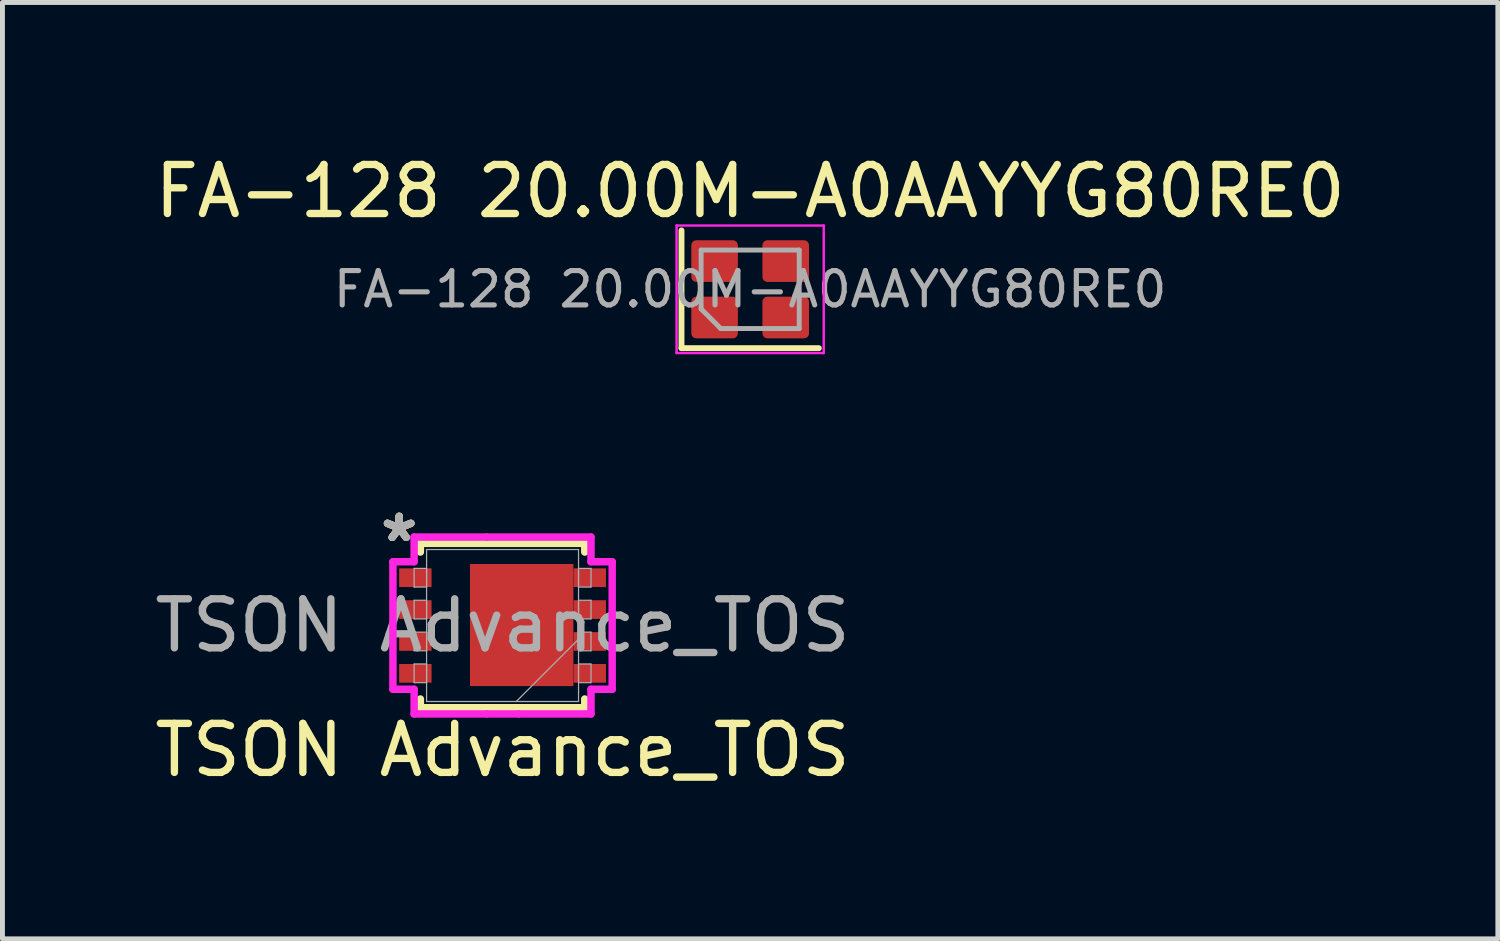
<source format=kicad_pcb>
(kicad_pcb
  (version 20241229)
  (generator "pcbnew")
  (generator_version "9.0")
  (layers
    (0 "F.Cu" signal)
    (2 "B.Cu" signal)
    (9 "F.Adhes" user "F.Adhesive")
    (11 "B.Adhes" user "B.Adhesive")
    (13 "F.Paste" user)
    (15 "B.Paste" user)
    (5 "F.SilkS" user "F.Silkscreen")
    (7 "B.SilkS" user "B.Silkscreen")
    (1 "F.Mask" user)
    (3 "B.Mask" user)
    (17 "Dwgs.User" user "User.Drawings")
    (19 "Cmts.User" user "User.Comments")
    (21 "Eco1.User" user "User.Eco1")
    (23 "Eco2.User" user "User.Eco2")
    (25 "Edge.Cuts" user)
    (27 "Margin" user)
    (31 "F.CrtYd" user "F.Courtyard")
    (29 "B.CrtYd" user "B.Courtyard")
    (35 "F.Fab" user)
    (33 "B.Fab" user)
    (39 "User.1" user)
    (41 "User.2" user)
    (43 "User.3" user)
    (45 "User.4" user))
  (footprint "FA-128 20.00M-A0AAYYG80RE0"
    (layer "F.Cu")
    (at 12.244 2.848)
    (property "Reference" "FA-128 20.00M-A0AAYYG80RE0" (at 0 -2 0) (layer "F.SilkS") (effects (font (size 1 1) (thickness 0.15))))
    (attr smd)
    (fp_line (start -1.4 -1.2) (end -1.4 1.2) (stroke (width 0.12) (type solid)) (layer "F.SilkS"))
    (fp_line (start -1.4 1.2) (end 1.4 1.2) (stroke (width 0.12) (type solid)) (layer "F.SilkS"))
    (fp_line (start -1.5 -1.3) (end -1.5 1.3) (stroke (width 0.05) (type solid)) (layer "F.CrtYd"))
    (fp_line (start -1.5 1.3) (end 1.5 1.3) (stroke (width 0.05) (type solid)) (layer "F.CrtYd"))
    (fp_line (start 1.5 -1.3) (end -1.5 -1.3) (stroke (width 0.05) (type solid)) (layer "F.CrtYd"))
    (fp_line (start 1.5 1.3) (end 1.5 -1.3) (stroke (width 0.05) (type solid)) (layer "F.CrtYd"))
    (fp_line (start -1 -0.8) (end 1 -0.8) (stroke (width 0.1) (type solid)) (layer "F.Fab"))
    (fp_line (start -1 0.4) (end -1 -0.8) (stroke (width 0.1) (type solid)) (layer "F.Fab"))
    (fp_line (start -1 0.4) (end -0.6 0.8) (stroke (width 0.1) (type solid)) (layer "F.Fab"))
    (fp_line (start 1 -0.8) (end 1 0.8) (stroke (width 0.1) (type solid)) (layer "F.Fab"))
    (fp_line (start 1 0.8) (end -0.6 0.8) (stroke (width 0.1) (type solid)) (layer "F.Fab"))
    (fp_text user "${REFERENCE}" (at 0 0 0) (layer "F.Fab") (effects (font (size 0.7 0.7) (thickness 0.105))))
    (pad "1" smd roundrect (at -0.725 -0.575) (size 0.95 0.85) (layers "F.Cu" "F.Mask" "F.Paste") (roundrect_rratio 0.12))
    (pad "1" smd roundrect (at -0.725 0.575) (size 0.95 0.85) (layers "F.Cu" "F.Mask" "F.Paste") (roundrect_rratio 0.12))
    (pad "2" smd roundrect (at 0.725 -0.575) (size 0.95 0.85) (layers "F.Cu" "F.Mask" "F.Paste") (roundrect_rratio 0.12))
    (pad "2" smd roundrect (at 0.725 0.575) (size 0.95 0.85) (layers "F.Cu" "F.Mask" "F.Paste") (roundrect_rratio 0.12)))
  (footprint "TSON Advance_TOS"
    (layer "F.Cu")
    (at 7.196 9.703)
    (property "Reference" "TSON Advance_TOS" (at 0 2.54 0) (unlocked yes) (layer "F.SilkS") (effects (font (size 1 1) (thickness 0.15))))
    (attr smd)
    (fp_line (start -1.676 -1.676) (end -1.676 -1.498) (stroke (width 0.152) (type solid)) (layer "F.SilkS"))
    (fp_line (start -1.676 1.498) (end -1.676 1.676) (stroke (width 0.152) (type solid)) (layer "F.SilkS"))
    (fp_line (start -1.676 1.676) (end 0.635 1.676) (stroke (width 0.152) (type solid)) (layer "F.SilkS"))
    (fp_line (start -0.523 -1.676) (end -1.676 -1.676) (stroke (width 0.152) (type solid)) (layer "F.SilkS"))
    (fp_line (start 0.523 1.676) (end 1.676 1.676) (stroke (width 0.152) (type solid)) (layer "F.SilkS"))
    (fp_line (start 1.676 -1.676) (end -0.523 -1.676) (stroke (width 0.152) (type solid)) (layer "F.SilkS"))
    (fp_line (start 1.676 -1.498) (end 1.676 -1.676) (stroke (width 0.152) (type solid)) (layer "F.SilkS"))
    (fp_line (start 1.676 1.676) (end 1.676 1.498) (stroke (width 0.152) (type solid)) (layer "F.SilkS"))
    (fp_line (start -2.235 -1.3) (end -1.803 -1.3) (stroke (width 0.152) (type solid)) (layer "F.CrtYd"))
    (fp_line (start -2.235 1.3) (end -2.235 -1.3) (stroke (width 0.152) (type solid)) (layer "F.CrtYd"))
    (fp_line (start -1.803 -1.803) (end -0.325 -1.803) (stroke (width 0.152) (type solid)) (layer "F.CrtYd"))
    (fp_line (start -1.803 -1.3) (end -1.803 -1.803) (stroke (width 0.152) (type solid)) (layer "F.CrtYd"))
    (fp_line (start -1.803 1.3) (end -2.235 1.3) (stroke (width 0.152) (type solid)) (layer "F.CrtYd"))
    (fp_line (start -1.803 1.803) (end -1.803 1.3) (stroke (width 0.152) (type solid)) (layer "F.CrtYd"))
    (fp_line (start -0.325 -1.803) (end 1.803 -1.803) (stroke (width 0.152) (type solid)) (layer "F.CrtYd"))
    (fp_line (start -0.325 1.803) (end -1.803 1.803) (stroke (width 0.152) (type solid)) (layer "F.CrtYd"))
    (fp_line (start 0.325 1.803) (end -0.325 1.803) (stroke (width 0.152) (type solid)) (layer "F.CrtYd"))
    (fp_line (start 1.803 -1.803) (end 1.803 -1.3) (stroke (width 0.152) (type solid)) (layer "F.CrtYd"))
    (fp_line (start 1.803 -1.3) (end 2.235 -1.3) (stroke (width 0.152) (type solid)) (layer "F.CrtYd"))
    (fp_line (start 1.803 1.3) (end 1.803 1.803) (stroke (width 0.152) (type solid)) (layer "F.CrtYd"))
    (fp_line (start 1.803 1.803) (end 0.325 1.803) (stroke (width 0.152) (type solid)) (layer "F.CrtYd"))
    (fp_line (start 2.235 -1.3) (end 2.235 1.3) (stroke (width 0.152) (type solid)) (layer "F.CrtYd"))
    (fp_line (start 2.235 1.3) (end 1.803 1.3) (stroke (width 0.152) (type solid)) (layer "F.CrtYd"))
    (fp_line (start -1.803 -1.165) (end -1.803 -0.784) (stroke (width 0.025) (type solid)) (layer "F.Fab"))
    (fp_line (start -1.803 -0.784) (end -1.549 -0.784) (stroke (width 0.025) (type solid)) (layer "F.Fab"))
    (fp_line (start -1.803 -0.515) (end -1.803 -0.135) (stroke (width 0.025) (type solid)) (layer "F.Fab"))
    (fp_line (start -1.803 -0.135) (end -1.549 -0.135) (stroke (width 0.025) (type solid)) (layer "F.Fab"))
    (fp_line (start -1.803 0.135) (end -1.803 0.515) (stroke (width 0.025) (type solid)) (layer "F.Fab"))
    (fp_line (start -1.803 0.515) (end -1.549 0.515) (stroke (width 0.025) (type solid)) (layer "F.Fab"))
    (fp_line (start -1.803 0.784) (end -1.803 1.165) (stroke (width 0.025) (type solid)) (layer "F.Fab"))
    (fp_line (start -1.803 1.165) (end -1.549 1.165) (stroke (width 0.025) (type solid)) (layer "F.Fab"))
    (fp_line (start -1.549 -1.549) (end -1.549 1.549) (stroke (width 0.025) (type solid)) (layer "F.Fab"))
    (fp_line (start -1.549 -1.165) (end -1.803 -1.165) (stroke (width 0.025) (type solid)) (layer "F.Fab"))
    (fp_line (start -1.549 -0.784) (end -1.549 -1.165) (stroke (width 0.025) (type solid)) (layer "F.Fab"))
    (fp_line (start -1.549 -0.515) (end -1.803 -0.515) (stroke (width 0.025) (type solid)) (layer "F.Fab"))
    (fp_line (start -1.549 -0.135) (end -1.549 -0.515) (stroke (width 0.025) (type solid)) (layer "F.Fab"))
    (fp_line (start -1.549 0.135) (end -1.803 0.135) (stroke (width 0.025) (type solid)) (layer "F.Fab"))
    (fp_line (start -1.549 0.515) (end -1.549 0.135) (stroke (width 0.025) (type solid)) (layer "F.Fab"))
    (fp_line (start -1.549 0.784) (end -1.803 0.784) (stroke (width 0.025) (type solid)) (layer "F.Fab"))
    (fp_line (start -1.549 1.165) (end -1.549 0.784) (stroke (width 0.025) (type solid)) (layer "F.Fab"))
    (fp_line (start -1.549 1.549) (end 1.549 1.549) (stroke (width 0.025) (type solid)) (layer "F.Fab"))
    (fp_line (start 1.549 -1.549) (end -1.549 -1.549) (stroke (width 0.025) (type solid)) (layer "F.Fab"))
    (fp_line (start 1.549 -1.165) (end 1.549 -0.784) (stroke (width 0.025) (type solid)) (layer "F.Fab"))
    (fp_line (start 1.549 -0.784) (end 1.803 -0.784) (stroke (width 0.025) (type solid)) (layer "F.Fab"))
    (fp_line (start 1.549 -0.515) (end 1.549 -0.135) (stroke (width 0.025) (type solid)) (layer "F.Fab"))
    (fp_line (start 1.549 -0.135) (end 1.803 -0.135) (stroke (width 0.025) (type solid)) (layer "F.Fab"))
    (fp_line (start 1.549 0.135) (end 1.549 0.515) (stroke (width 0.025) (type solid)) (layer "F.Fab"))
    (fp_line (start 1.549 0.279) (end 0.279 1.549) (stroke (width 0.025) (type solid)) (layer "F.Fab"))
    (fp_line (start 1.549 0.515) (end 1.803 0.515) (stroke (width 0.025) (type solid)) (layer "F.Fab"))
    (fp_line (start 1.549 0.784) (end 1.549 1.165) (stroke (width 0.025) (type solid)) (layer "F.Fab"))
    (fp_line (start 1.549 1.165) (end 1.803 1.165) (stroke (width 0.025) (type solid)) (layer "F.Fab"))
    (fp_line (start 1.549 1.549) (end 1.549 -1.549) (stroke (width 0.025) (type solid)) (layer "F.Fab"))
    (fp_line (start 1.803 -1.165) (end 1.549 -1.165) (stroke (width 0.025) (type solid)) (layer "F.Fab"))
    (fp_line (start 1.803 -0.784) (end 1.803 -1.165) (stroke (width 0.025) (type solid)) (layer "F.Fab"))
    (fp_line (start 1.803 -0.515) (end 1.549 -0.515) (stroke (width 0.025) (type solid)) (layer "F.Fab"))
    (fp_line (start 1.803 -0.135) (end 1.803 -0.515) (stroke (width 0.025) (type solid)) (layer "F.Fab"))
    (fp_line (start 1.803 0.135) (end 1.549 0.135) (stroke (width 0.025) (type solid)) (layer "F.Fab"))
    (fp_line (start 1.803 0.515) (end 1.803 0.135) (stroke (width 0.025) (type solid)) (layer "F.Fab"))
    (fp_line (start 1.803 0.784) (end 1.549 0.784) (stroke (width 0.025) (type solid)) (layer "F.Fab"))
    (fp_line (start 1.803 1.165) (end 1.803 0.784) (stroke (width 0.025) (type solid)) (layer "F.Fab"))
    (fp_text user "*" (at -2.108 -1.681 0) (unlocked yes) (layer "F.SilkS") (effects (font (size 1 1) (thickness 0.15))))
    (fp_text user "*" (at -2.108 -1.681 0) (layer "F.SilkS") (effects (font (size 1 1) (thickness 0.15))))
    (fp_text user "${REFERENCE}" (at 0 0 0) (unlocked yes) (layer "F.Fab") (effects (font (size 1 1) (thickness 0.15))))
    (fp_text user "*" (at -2.108 -1.681 0) (layer "F.Fab") (effects (font (size 1 1) (thickness 0.15))))
    (fp_text user "*" (at -2.108 -1.681 0) (unlocked yes) (layer "F.Fab") (effects (font (size 1 1) (thickness 0.15))))
    (pad "1" smd rect (at 0.39 -0.01 180) (size 2.108 2.489) (layers "F.Cu" "F.Mask" "F.Paste"))
    (pad "1" smd rect (at 1.778 -0.975 90) (size 0.381 0.66) (layers "F.Cu" "F.Mask" "F.Paste"))
    (pad "1" smd rect (at 1.778 -0.325 90) (size 0.381 0.66) (layers "F.Cu" "F.Mask" "F.Paste"))
    (pad "1" smd rect (at 1.778 0.325 90) (size 0.381 0.66) (layers "F.Cu" "F.Mask" "F.Paste"))
    (pad "1" smd rect (at 1.778 0.975 90) (size 0.381 0.66) (layers "F.Cu" "F.Mask" "F.Paste"))
    (pad "2" smd rect (at -1.778 0.975 90) (size 0.381 0.66) (layers "F.Cu" "F.Mask" "F.Paste"))
    (pad "3" smd rect (at -1.778 -0.975 90) (size 0.381 0.66) (layers "F.Cu" "F.Mask" "F.Paste"))
    (pad "3" smd rect (at -1.778 -0.325 90) (size 0.381 0.66) (layers "F.Cu" "F.Mask" "F.Paste"))
    (pad "3" smd rect (at -1.778 0.325 90) (size 0.381 0.66) (layers "F.Cu" "F.Mask" "F.Paste")))
  (gr_rect
    (start -3 -3)
    (end 27.488 16.091)
    (stroke (width 0.1) (type default))
    (fill no)
    (layer "Edge.Cuts")))
</source>
